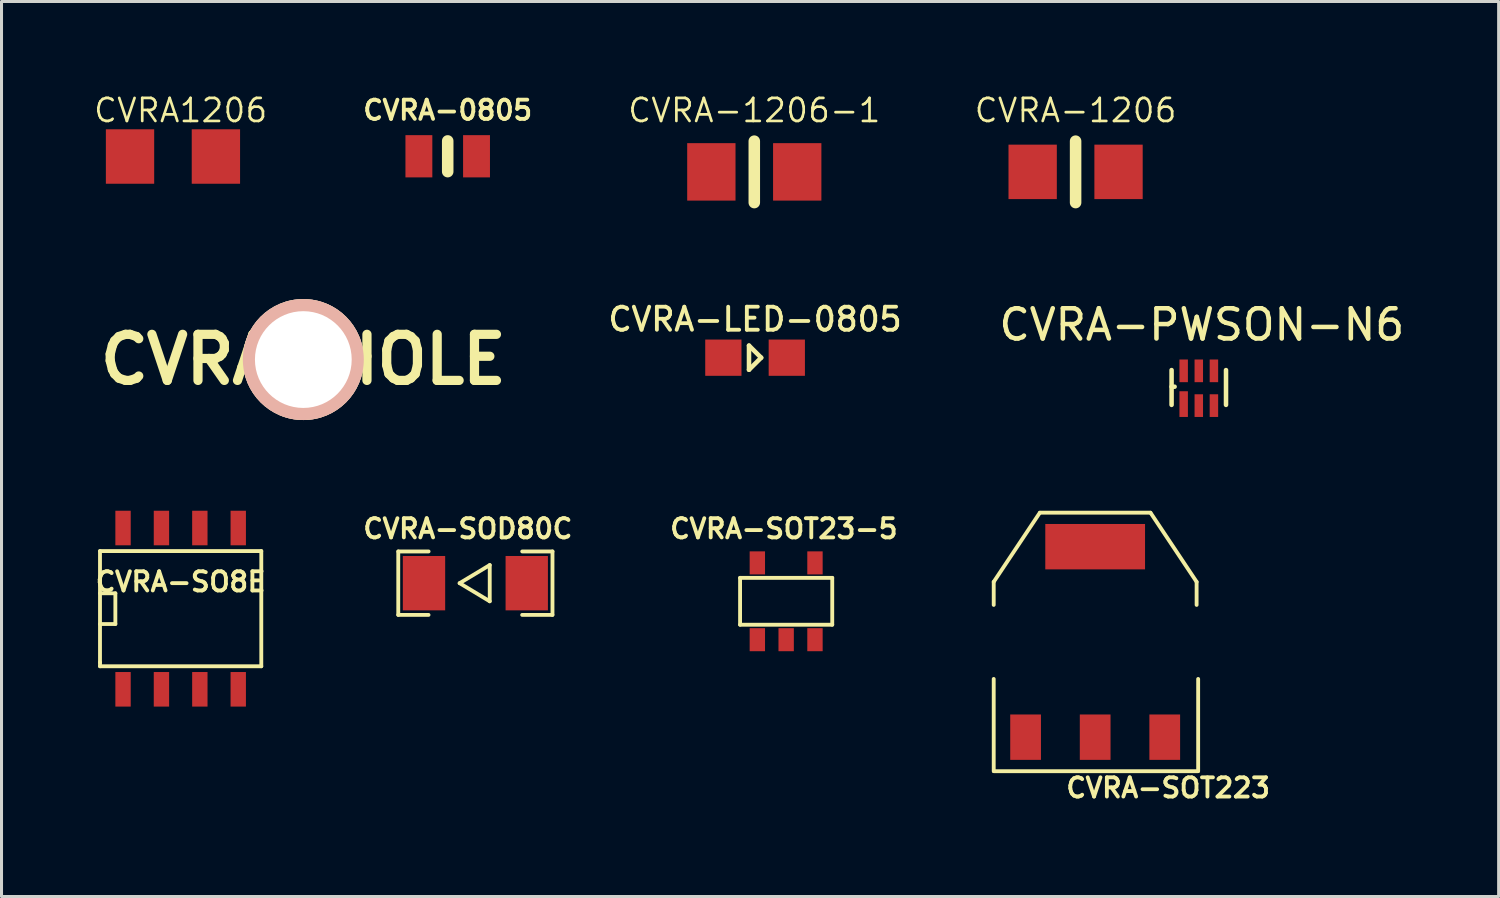
<source format=kicad_pcb>
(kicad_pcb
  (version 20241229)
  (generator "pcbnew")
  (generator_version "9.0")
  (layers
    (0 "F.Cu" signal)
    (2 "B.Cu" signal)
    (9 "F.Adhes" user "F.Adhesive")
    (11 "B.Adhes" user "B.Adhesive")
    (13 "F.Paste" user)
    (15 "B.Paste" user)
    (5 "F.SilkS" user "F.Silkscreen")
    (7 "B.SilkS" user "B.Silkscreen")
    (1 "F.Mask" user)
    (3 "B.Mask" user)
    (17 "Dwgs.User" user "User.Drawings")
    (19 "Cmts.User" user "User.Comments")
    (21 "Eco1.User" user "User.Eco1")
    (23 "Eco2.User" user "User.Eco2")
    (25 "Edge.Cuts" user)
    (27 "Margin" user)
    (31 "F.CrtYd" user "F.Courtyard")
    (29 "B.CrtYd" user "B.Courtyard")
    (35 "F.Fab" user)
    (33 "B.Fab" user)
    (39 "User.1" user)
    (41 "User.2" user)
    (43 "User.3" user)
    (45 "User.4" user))
  (footprint "CVRA-1206"
    (layer "F.Cu")
    (at 32.521 2.634)
    (property "Reference" "CVRA-1206" (at 0 -2.032 0) (layer "F.SilkS") (effects (font (size 0.762 0.762) (thickness 0.089))))
    (attr smd)
    (fp_line (start 0 -1.016) (end 0 1.016) (stroke (width 0.381) (type solid)) (layer "F.SilkS"))
    (pad "1" smd rect (at -1.42 0) (size 1.598 1.801) (layers "F.Cu" "F.Mask" "F.Paste"))
    (pad "2" smd rect (at 1.42 0) (size 1.598 1.801) (layers "F.Cu" "F.Mask" "F.Paste")))
  (footprint "CVRA-SOD80C"
    (layer "F.Cu")
    (at 12.671 16.236)
    (property "Reference" "CVRA-SOD80C" (at -0.249 -1.801 0) (layer "F.SilkS") (effects (font (size 0.635 0.635) (thickness 0.127))))
    (attr smd)
    (fp_line (start -2.55 1.049) (end -2.55 -1.049) (stroke (width 0.127) (type solid)) (layer "F.SilkS"))
    (fp_line (start -2.55 1.049) (end -1.549 1.049) (stroke (width 0.127) (type solid)) (layer "F.SilkS"))
    (fp_line (start -2.548 -1.049) (end -1.547 -1.049) (stroke (width 0.127) (type solid)) (layer "F.SilkS"))
    (fp_line (start -0.521 0) (end 0.475 0.599) (stroke (width 0.127) (type solid)) (layer "F.SilkS"))
    (fp_line (start 0.475 -0.599) (end -0.521 0) (stroke (width 0.127) (type solid)) (layer "F.SilkS"))
    (fp_line (start 0.475 0.599) (end 0.475 -0.599) (stroke (width 0.127) (type solid)) (layer "F.SilkS"))
    (fp_line (start 2.548 1.049) (end 1.547 1.049) (stroke (width 0.127) (type solid)) (layer "F.SilkS"))
    (fp_line (start 2.55 -1.049) (end 1.549 -1.049) (stroke (width 0.127) (type solid)) (layer "F.SilkS"))
    (fp_line (start 2.55 1.049) (end 2.55 -1.049) (stroke (width 0.127) (type solid)) (layer "F.SilkS"))
    (pad "1" smd rect (at 1.699 0) (size 1.4 1.798) (layers "F.Cu" "F.Mask" "F.Paste"))
    (pad "2" smd rect (at -1.699 0) (size 1.4 1.798) (layers "F.Cu" "F.Mask" "F.Paste")))
  (footprint "CVRA-PWSON-N6"
    (layer "F.Cu")
    (at 36.595 9.789)
    (property "Reference" "CVRA-PWSON-N6" (at 0.1 -2.1 0) (layer "F.SilkS") (effects (font (size 1 1) (thickness 0.15))))
    (attr through_hole)
    (fp_line (start -0.9 -0.6) (end -0.9 0.55) (stroke (width 0.15) (type solid)) (layer "F.SilkS"))
    (fp_line (start -0.9 -0.05) (end -0.8 -0.05) (stroke (width 0.15) (type solid)) (layer "F.SilkS"))
    (fp_line (start 0.9 -0.6) (end 0.9 0.55) (stroke (width 0.15) (type solid)) (layer "F.SilkS"))
    (pad "1" smd rect (at -0.5 0.525) (size 0.28 0.85) (layers "F.Cu" "F.Mask" "F.Paste"))
    (pad "2" smd rect (at 0 0.575) (size 0.28 0.75) (layers "F.Cu" "F.Mask" "F.Paste"))
    (pad "3" smd rect (at 0.5 0.575) (size 0.28 0.75) (layers "F.Cu" "F.Mask" "F.Paste"))
    (pad "4" smd rect (at 0.5 -0.575) (size 0.28 0.75) (layers "F.Cu" "F.Mask" "F.Paste"))
    (pad "5" smd rect (at 0 -0.575) (size 0.28 0.75) (layers "F.Cu" "F.Mask" "F.Paste"))
    (pad "6" smd rect (at -0.5 -0.575) (size 0.28 0.75) (layers "F.Cu" "F.Mask" "F.Paste")))
  (footprint "CVRA-HOLE"
    (layer "F.Cu")
    (at 6.981 8.841)
    (property "Reference" "CVRA-HOLE" (at 0 0 0) (layer "F.SilkS") (effects (font (size 1.524 1.524) (thickness 0.305))))
    (attr through_hole)
    (pad "1" thru_hole circle (at 0 0) (size 4 4) (drill 3.2) (layers "*.Cu" "*.SilkS" "*.Mask")))
  (footprint "CVRA-SOT223"
    (layer "F.Cu")
    (at 33.168 18.179)
    (property "Reference" "CVRA-SOT223" (at 2.413 4.826 0) (layer "F.SilkS") (effects (font (size 0.635 0.635) (thickness 0.127))))
    (attr smd)
    (fp_line (start -3.355 -1.986) (end -1.831 -4.272) (stroke (width 0.127) (type solid)) (layer "F.SilkS"))
    (fp_line (start -3.355 -1.224) (end -3.355 -1.986) (stroke (width 0.127) (type solid)) (layer "F.SilkS"))
    (fp_line (start -3.355 1.224) (end -3.355 4.272) (stroke (width 0.127) (type solid)) (layer "F.SilkS"))
    (fp_line (start 1.826 -4.275) (end -1.826 -4.275) (stroke (width 0.127) (type solid)) (layer "F.SilkS"))
    (fp_line (start 1.831 -4.272) (end 3.355 -1.986) (stroke (width 0.127) (type solid)) (layer "F.SilkS"))
    (fp_line (start 3.355 -1.986) (end 3.355 -1.224) (stroke (width 0.127) (type solid)) (layer "F.SilkS"))
    (fp_line (start 3.401 4.275) (end -3.35 4.275) (stroke (width 0.127) (type solid)) (layer "F.SilkS"))
    (fp_line (start 3.406 4.272) (end 3.406 1.224) (stroke (width 0.127) (type solid)) (layer "F.SilkS"))
    (pad "1" smd rect (at -2.301 3.15) (size 1.016 1.501) (layers "F.Cu" "F.Mask" "F.Paste"))
    (pad "2" smd rect (at 0 3.15) (size 1.016 1.501) (layers "F.Cu" "F.Mask" "F.Paste"))
    (pad "3" smd rect (at 2.301 3.15) (size 1.016 1.501) (layers "F.Cu" "F.Mask" "F.Paste"))
    (pad "4" smd rect (at 0 -3.15) (size 3.299 1.501) (layers "F.Cu" "F.Mask" "F.Paste")))
  (footprint "CVRA-SO8E"
    (layer "F.Cu")
    (at 2.924 17.079)
    (property "Reference" "CVRA-SO8E" (at 0 -0.889 0) (layer "F.SilkS") (effects (font (size 0.635 0.635) (thickness 0.127))))
    (attr smd)
    (fp_line (start -2.667 -1.905) (end -2.667 1.778) (stroke (width 0.127) (type solid)) (layer "F.SilkS"))
    (fp_line (start -2.667 -0.508) (end -2.159 -0.508) (stroke (width 0.127) (type solid)) (layer "F.SilkS"))
    (fp_line (start -2.667 1.778) (end -2.667 1.905) (stroke (width 0.127) (type solid)) (layer "F.SilkS"))
    (fp_line (start -2.667 1.905) (end 2.667 1.905) (stroke (width 0.127) (type solid)) (layer "F.SilkS"))
    (fp_line (start -2.159 -0.508) (end -2.159 0.508) (stroke (width 0.127) (type solid)) (layer "F.SilkS"))
    (fp_line (start -2.159 0.508) (end -2.667 0.508) (stroke (width 0.127) (type solid)) (layer "F.SilkS"))
    (fp_line (start 2.667 -1.905) (end -2.667 -1.905) (stroke (width 0.127) (type solid)) (layer "F.SilkS"))
    (fp_line (start 2.667 -1.905) (end 2.667 1.905) (stroke (width 0.127) (type solid)) (layer "F.SilkS"))
    (pad "1" smd rect (at -1.905 2.667) (size 0.508 1.143) (layers "F.Cu" "F.Mask" "F.Paste"))
    (pad "2" smd rect (at -0.635 2.667) (size 0.508 1.143) (layers "F.Cu" "F.Mask" "F.Paste"))
    (pad "3" smd rect (at 0.635 2.667) (size 0.508 1.143) (layers "F.Cu" "F.Mask" "F.Paste"))
    (pad "4" smd rect (at 1.905 2.667) (size 0.508 1.143) (layers "F.Cu" "F.Mask" "F.Paste"))
    (pad "5" smd rect (at 1.905 -2.667) (size 0.508 1.143) (layers "F.Cu" "F.Mask" "F.Paste"))
    (pad "6" smd rect (at 0.635 -2.667) (size 0.508 1.143) (layers "F.Cu" "F.Mask" "F.Paste"))
    (pad "7" smd rect (at -0.635 -2.667) (size 0.508 1.143) (layers "F.Cu" "F.Mask" "F.Paste"))
    (pad "8" smd rect (at -1.905 -2.667) (size 0.508 1.143) (layers "F.Cu" "F.Mask" "F.Paste")))
  (footprint "CVRA-LED-0805"
    (layer "F.Cu")
    (at 21.921 8.779)
    (property "Reference" "CVRA-LED-0805" (at 0 -1.27 0) (layer "F.SilkS") (effects (font (size 0.762 0.762) (thickness 0.127))))
    (attr smd)
    (fp_line (start -0.201 -0.399) (end -0.201 0.399) (stroke (width 0.15) (type solid)) (layer "F.SilkS"))
    (fp_line (start -0.201 0.399) (end 0.201 0) (stroke (width 0.15) (type solid)) (layer "F.SilkS"))
    (fp_line (start 0.201 0) (end -0.201 -0.399) (stroke (width 0.15) (type solid)) (layer "F.SilkS"))
    (pad "1" smd rect (at -1.049 0) (size 1.199 1.199) (layers "F.Cu" "F.Mask" "F.Paste"))
    (pad "2" smd rect (at 1.049 0) (size 1.199 1.199) (layers "F.Cu" "F.Mask" "F.Paste")))
  (footprint "CVRA-SOT23-5"
    (layer "F.Cu")
    (at 22.949 16.835)
    (property "Reference" "CVRA-SOT23-5" (at -0.076 -2.4 0) (layer "F.SilkS") (effects (font (size 0.635 0.635) (thickness 0.127))))
    (attr smd)
    (fp_line (start -1.524 -0.775) (end -1.524 0.775) (stroke (width 0.127) (type solid)) (layer "F.SilkS"))
    (fp_line (start 1.524 -0.775) (end -1.524 -0.775) (stroke (width 0.127) (type solid)) (layer "F.SilkS"))
    (fp_line (start 1.524 0.775) (end -1.524 0.775) (stroke (width 0.127) (type solid)) (layer "F.SilkS"))
    (fp_line (start 1.524 0.775) (end 1.524 -0.775) (stroke (width 0.127) (type solid)) (layer "F.SilkS"))
    (pad "1" smd rect (at -0.953 1.27) (size 0.508 0.762) (layers "F.Cu" "F.Mask" "F.Paste"))
    (pad "2" smd rect (at 0 1.27) (size 0.508 0.762) (layers "F.Cu" "F.Mask" "F.Paste"))
    (pad "3" smd rect (at 0.953 1.27) (size 0.508 0.762) (layers "F.Cu" "F.Mask" "F.Paste"))
    (pad "4" smd rect (at 0.953 -1.27) (size 0.508 0.762) (layers "F.Cu" "F.Mask" "F.Paste"))
    (pad "5" smd rect (at -0.953 -1.27) (size 0.508 0.762) (layers "F.Cu" "F.Mask" "F.Paste")))
  (footprint "CVRA-1206-1"
    (layer "F.Cu")
    (at 21.895 2.634)
    (property "Reference" "CVRA-1206-1" (at 0 -2.032 0) (layer "F.SilkS") (effects (font (size 0.762 0.762) (thickness 0.089))))
    (attr smd)
    (fp_line (start 0 -1.016) (end 0 1.016) (stroke (width 0.381) (type solid)) (layer "F.SilkS"))
    (pad "1" smd rect (at -1.42 0) (size 1.598 1.9) (layers "F.Cu" "F.Mask" "F.Paste"))
    (pad "2" smd rect (at 1.42 0) (size 1.598 1.9) (layers "F.Cu" "F.Mask" "F.Paste")))
  (footprint "CVRA-0805"
    (layer "F.Cu")
    (at 11.756 2.118)
    (property "Reference" "CVRA-0805" (at 0 -1.524 0) (layer "F.SilkS") (effects (font (size 0.635 0.635) (thickness 0.127))))
    (attr smd)
    (fp_line (start 0 -0.508) (end 0 0.508) (stroke (width 0.381) (type solid)) (layer "F.SilkS"))
    (pad "1" smd rect (at -0.953 0) (size 0.889 1.397) (layers "F.Cu" "F.Mask" "F.Paste"))
    (pad "2" smd rect (at 0.953 0) (size 0.889 1.397) (layers "F.Cu" "F.Mask" "F.Paste")))
  (footprint "CVRA1206"
    (layer "F.Cu")
    (at 2.67 2.126)
    (property "Reference" "CVRA1206" (at 0.254 -1.524 0) (layer "F.SilkS") (effects (font (size 0.762 0.762) (thickness 0.089))))
    (attr smd)
    (pad "1" smd rect (at -1.42 0) (size 1.598 1.801) (layers "F.Cu" "F.Mask" "F.Paste"))
    (pad "2" smd rect (at 1.42 0) (size 1.598 1.801) (layers "F.Cu" "F.Mask" "F.Paste")))
  (gr_rect
    (start -3 -3)
    (end 46.511 26.599)
    (stroke (width 0.1) (type default))
    (fill no)
    (layer "Edge.Cuts")))
</source>
